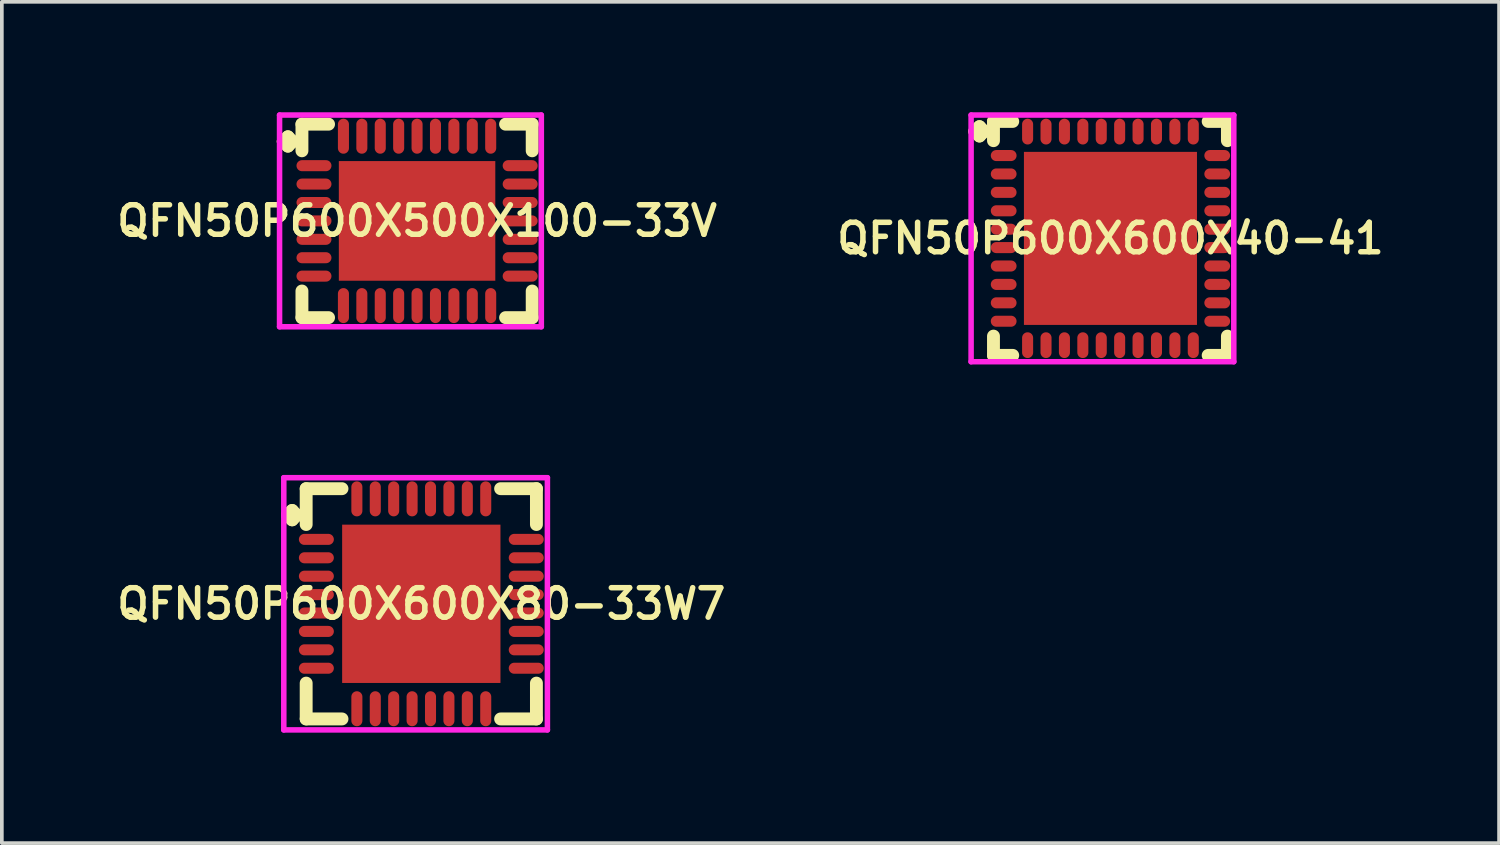
<source format=kicad_pcb>
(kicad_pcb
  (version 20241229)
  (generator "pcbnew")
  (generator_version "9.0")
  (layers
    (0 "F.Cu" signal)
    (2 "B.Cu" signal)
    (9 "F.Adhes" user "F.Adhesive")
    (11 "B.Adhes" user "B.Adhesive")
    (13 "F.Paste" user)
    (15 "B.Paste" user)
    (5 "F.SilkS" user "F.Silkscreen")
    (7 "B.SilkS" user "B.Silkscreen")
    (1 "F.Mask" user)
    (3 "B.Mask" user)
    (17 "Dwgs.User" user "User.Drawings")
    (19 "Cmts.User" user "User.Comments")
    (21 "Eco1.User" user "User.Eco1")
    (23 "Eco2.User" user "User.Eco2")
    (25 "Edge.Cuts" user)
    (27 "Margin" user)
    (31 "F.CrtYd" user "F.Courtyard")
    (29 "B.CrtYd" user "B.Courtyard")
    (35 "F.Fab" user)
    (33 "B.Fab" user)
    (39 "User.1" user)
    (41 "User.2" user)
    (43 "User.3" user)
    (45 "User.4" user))
  (footprint "QFN50P600X500X100-33V"
    (layer "F.Cu")
    (at 8.278 2.95)
    (property "Reference" "QFN50P600X500X100-33V" (at 0 0 0) (layer "F.SilkS") (effects (font (size 0.8 0.8) (thickness 0.15))))
    (attr smd)
    (fp_line (start -3.635 -2.158) (end -3.508 -2.285) (stroke (width 0.35) (type solid)) (layer "F.SilkS"))
    (fp_line (start -3.508 -2.285) (end -3.381 -2.158) (stroke (width 0.35) (type solid)) (layer "F.SilkS"))
    (fp_line (start -3.508 -2.031) (end -3.635 -2.158) (stroke (width 0.35) (type solid)) (layer "F.SilkS"))
    (fp_line (start -3.381 -2.158) (end -3.508 -2.031) (stroke (width 0.35) (type solid)) (layer "F.SilkS"))
    (fp_line (start -3.127 -2.627) (end -2.404 -2.627) (stroke (width 0.35) (type solid)) (layer "F.SilkS"))
    (fp_line (start -3.127 -1.904) (end -3.127 -2.627) (stroke (width 0.35) (type solid)) (layer "F.SilkS"))
    (fp_line (start -3.127 1.904) (end -3.127 2.627) (stroke (width 0.35) (type solid)) (layer "F.SilkS"))
    (fp_line (start -3.127 2.627) (end -2.404 2.627) (stroke (width 0.35) (type solid)) (layer "F.SilkS"))
    (fp_line (start 2.404 -2.627) (end 3.127 -2.627) (stroke (width 0.35) (type solid)) (layer "F.SilkS"))
    (fp_line (start 2.404 2.627) (end 3.127 2.627) (stroke (width 0.35) (type solid)) (layer "F.SilkS"))
    (fp_line (start 3.127 -2.627) (end 3.127 -1.904) (stroke (width 0.35) (type solid)) (layer "F.SilkS"))
    (fp_line (start 3.127 2.627) (end 3.127 1.904) (stroke (width 0.35) (type solid)) (layer "F.SilkS"))
    (fp_line (start -3.735 -2.875) (end 3.375 -2.875) (stroke (width 0.15) (type solid)) (layer "F.CrtYd"))
    (fp_line (start -3.735 2.875) (end -3.735 -2.875) (stroke (width 0.15) (type solid)) (layer "F.CrtYd"))
    (fp_line (start 3.375 -2.875) (end 3.375 2.875) (stroke (width 0.15) (type solid)) (layer "F.CrtYd"))
    (fp_line (start 3.375 2.875) (end -3.735 2.875) (stroke (width 0.15) (type solid)) (layer "F.CrtYd"))
    (pad "1" smd oval (at -2.8 -1.5) (size 0.95 0.3) (layers "F.Cu" "F.Mask" "F.Paste"))
    (pad "2" smd oval (at -2.8 -1) (size 0.95 0.3) (layers "F.Cu" "F.Mask" "F.Paste"))
    (pad "3" smd oval (at -2.8 -0.5) (size 0.95 0.3) (layers "F.Cu" "F.Mask" "F.Paste"))
    (pad "4" smd oval (at -2.8 0) (size 0.95 0.3) (layers "F.Cu" "F.Mask" "F.Paste"))
    (pad "5" smd oval (at -2.8 0.5) (size 0.95 0.3) (layers "F.Cu" "F.Mask" "F.Paste"))
    (pad "6" smd oval (at -2.8 1) (size 0.95 0.3) (layers "F.Cu" "F.Mask" "F.Paste"))
    (pad "7" smd oval (at -2.8 1.5) (size 0.95 0.3) (layers "F.Cu" "F.Mask" "F.Paste"))
    (pad "8" smd oval (at -2 2.3) (size 0.3 0.95) (layers "F.Cu" "F.Mask" "F.Paste"))
    (pad "9" smd oval (at -1.5 2.3) (size 0.3 0.95) (layers "F.Cu" "F.Mask" "F.Paste"))
    (pad "10" smd oval (at -1 2.3) (size 0.3 0.95) (layers "F.Cu" "F.Mask" "F.Paste"))
    (pad "11" smd oval (at -0.5 2.3) (size 0.3 0.95) (layers "F.Cu" "F.Mask" "F.Paste"))
    (pad "12" smd oval (at 0 2.3) (size 0.3 0.95) (layers "F.Cu" "F.Mask" "F.Paste"))
    (pad "13" smd oval (at 0.5 2.3) (size 0.3 0.95) (layers "F.Cu" "F.Mask" "F.Paste"))
    (pad "14" smd oval (at 1 2.3) (size 0.3 0.95) (layers "F.Cu" "F.Mask" "F.Paste"))
    (pad "15" smd oval (at 1.5 2.3) (size 0.3 0.95) (layers "F.Cu" "F.Mask" "F.Paste"))
    (pad "16" smd oval (at 2 2.3) (size 0.3 0.95) (layers "F.Cu" "F.Mask" "F.Paste"))
    (pad "17" smd oval (at 2.8 1.5) (size 0.95 0.3) (layers "F.Cu" "F.Mask" "F.Paste"))
    (pad "18" smd oval (at 2.8 1) (size 0.95 0.3) (layers "F.Cu" "F.Mask" "F.Paste"))
    (pad "19" smd oval (at 2.8 0.5) (size 0.95 0.3) (layers "F.Cu" "F.Mask" "F.Paste"))
    (pad "20" smd oval (at 2.8 0) (size 0.95 0.3) (layers "F.Cu" "F.Mask" "F.Paste"))
    (pad "21" smd oval (at 2.8 -0.5) (size 0.95 0.3) (layers "F.Cu" "F.Mask" "F.Paste"))
    (pad "22" smd oval (at 2.8 -1) (size 0.95 0.3) (layers "F.Cu" "F.Mask" "F.Paste"))
    (pad "23" smd oval (at 2.8 -1.5) (size 0.95 0.3) (layers "F.Cu" "F.Mask" "F.Paste"))
    (pad "24" smd oval (at 2 -2.3) (size 0.3 0.95) (layers "F.Cu" "F.Mask" "F.Paste"))
    (pad "25" smd oval (at 1.5 -2.3) (size 0.3 0.95) (layers "F.Cu" "F.Mask" "F.Paste"))
    (pad "26" smd oval (at 1 -2.3) (size 0.3 0.95) (layers "F.Cu" "F.Mask" "F.Paste"))
    (pad "27" smd oval (at 0.5 -2.3) (size 0.3 0.95) (layers "F.Cu" "F.Mask" "F.Paste"))
    (pad "28" smd oval (at 0 -2.3) (size 0.3 0.95) (layers "F.Cu" "F.Mask" "F.Paste"))
    (pad "29" smd oval (at -0.5 -2.3) (size 0.3 0.95) (layers "F.Cu" "F.Mask" "F.Paste"))
    (pad "30" smd oval (at -1 -2.3) (size 0.3 0.95) (layers "F.Cu" "F.Mask" "F.Paste"))
    (pad "31" smd oval (at -1.5 -2.3) (size 0.3 0.95) (layers "F.Cu" "F.Mask" "F.Paste"))
    (pad "32" smd oval (at -2 -2.3) (size 0.3 0.95) (layers "F.Cu" "F.Mask" "F.Paste"))
    (pad "33" smd rect (at 0 0) (size 4.25 3.25) (layers "F.Cu" "F.Mask" "F.Paste")))
  (footprint "QFN50P600X600X80-33W7"
    (layer "F.Cu")
    (at 8.393 13.35)
    (property "Reference" "QFN50P600X600X80-33W7" (at 0 0 0) (layer "F.SilkS") (effects (font (size 0.8 0.8) (thickness 0.15))))
    (attr smd)
    (fp_line (start -3.635 -2.408) (end -3.508 -2.535) (stroke (width 0.35) (type solid)) (layer "F.SilkS"))
    (fp_line (start -3.508 -2.535) (end -3.381 -2.408) (stroke (width 0.35) (type solid)) (layer "F.SilkS"))
    (fp_line (start -3.508 -2.281) (end -3.635 -2.408) (stroke (width 0.35) (type solid)) (layer "F.SilkS"))
    (fp_line (start -3.381 -2.408) (end -3.508 -2.281) (stroke (width 0.35) (type solid)) (layer "F.SilkS"))
    (fp_line (start -3.127 -3.127) (end -2.154 -3.127) (stroke (width 0.35) (type solid)) (layer "F.SilkS"))
    (fp_line (start -3.127 -2.154) (end -3.127 -3.127) (stroke (width 0.35) (type solid)) (layer "F.SilkS"))
    (fp_line (start -3.127 2.154) (end -3.127 3.127) (stroke (width 0.35) (type solid)) (layer "F.SilkS"))
    (fp_line (start -3.127 3.127) (end -2.154 3.127) (stroke (width 0.35) (type solid)) (layer "F.SilkS"))
    (fp_line (start 2.154 -3.127) (end 3.127 -3.127) (stroke (width 0.35) (type solid)) (layer "F.SilkS"))
    (fp_line (start 2.154 3.127) (end 3.127 3.127) (stroke (width 0.35) (type solid)) (layer "F.SilkS"))
    (fp_line (start 3.127 -3.127) (end 3.127 -2.154) (stroke (width 0.35) (type solid)) (layer "F.SilkS"))
    (fp_line (start 3.127 3.127) (end 3.127 2.154) (stroke (width 0.35) (type solid)) (layer "F.SilkS"))
    (fp_line (start -3.735 -3.425) (end 3.425 -3.425) (stroke (width 0.15) (type solid)) (layer "F.CrtYd"))
    (fp_line (start -3.735 3.425) (end -3.735 -3.425) (stroke (width 0.15) (type solid)) (layer "F.CrtYd"))
    (fp_line (start 3.425 -3.425) (end 3.425 3.425) (stroke (width 0.15) (type solid)) (layer "F.CrtYd"))
    (fp_line (start 3.425 3.425) (end -3.735 3.425) (stroke (width 0.15) (type solid)) (layer "F.CrtYd"))
    (pad "1" smd oval (at -2.85 -1.75) (size 0.95 0.3) (layers "F.Cu" "F.Mask" "F.Paste"))
    (pad "2" smd oval (at -2.85 -1.25) (size 0.95 0.3) (layers "F.Cu" "F.Mask" "F.Paste"))
    (pad "3" smd oval (at -2.85 -0.75) (size 0.95 0.3) (layers "F.Cu" "F.Mask" "F.Paste"))
    (pad "4" smd oval (at -2.85 -0.25) (size 0.95 0.3) (layers "F.Cu" "F.Mask" "F.Paste"))
    (pad "5" smd oval (at -2.85 0.25) (size 0.95 0.3) (layers "F.Cu" "F.Mask" "F.Paste"))
    (pad "6" smd oval (at -2.85 0.75) (size 0.95 0.3) (layers "F.Cu" "F.Mask" "F.Paste"))
    (pad "7" smd oval (at -2.85 1.25) (size 0.95 0.3) (layers "F.Cu" "F.Mask" "F.Paste"))
    (pad "8" smd oval (at -2.85 1.75) (size 0.95 0.3) (layers "F.Cu" "F.Mask" "F.Paste"))
    (pad "9" smd oval (at -1.75 2.85) (size 0.3 0.95) (layers "F.Cu" "F.Mask" "F.Paste"))
    (pad "10" smd oval (at -1.25 2.85) (size 0.3 0.95) (layers "F.Cu" "F.Mask" "F.Paste"))
    (pad "11" smd oval (at -0.75 2.85) (size 0.3 0.95) (layers "F.Cu" "F.Mask" "F.Paste"))
    (pad "12" smd oval (at -0.25 2.85) (size 0.3 0.95) (layers "F.Cu" "F.Mask" "F.Paste"))
    (pad "13" smd oval (at 0.25 2.85) (size 0.3 0.95) (layers "F.Cu" "F.Mask" "F.Paste"))
    (pad "14" smd oval (at 0.75 2.85) (size 0.3 0.95) (layers "F.Cu" "F.Mask" "F.Paste"))
    (pad "15" smd oval (at 1.25 2.85) (size 0.3 0.95) (layers "F.Cu" "F.Mask" "F.Paste"))
    (pad "16" smd oval (at 1.75 2.85) (size 0.3 0.95) (layers "F.Cu" "F.Mask" "F.Paste"))
    (pad "17" smd oval (at 2.85 1.75) (size 0.95 0.3) (layers "F.Cu" "F.Mask" "F.Paste"))
    (pad "18" smd oval (at 2.85 1.25) (size 0.95 0.3) (layers "F.Cu" "F.Mask" "F.Paste"))
    (pad "19" smd oval (at 2.85 0.75) (size 0.95 0.3) (layers "F.Cu" "F.Mask" "F.Paste"))
    (pad "20" smd oval (at 2.85 0.25) (size 0.95 0.3) (layers "F.Cu" "F.Mask" "F.Paste"))
    (pad "21" smd oval (at 2.85 -0.25) (size 0.95 0.3) (layers "F.Cu" "F.Mask" "F.Paste"))
    (pad "22" smd oval (at 2.85 -0.75) (size 0.95 0.3) (layers "F.Cu" "F.Mask" "F.Paste"))
    (pad "23" smd oval (at 2.85 -1.25) (size 0.95 0.3) (layers "F.Cu" "F.Mask" "F.Paste"))
    (pad "24" smd oval (at 2.85 -1.75) (size 0.95 0.3) (layers "F.Cu" "F.Mask" "F.Paste"))
    (pad "25" smd oval (at 1.75 -2.85) (size 0.3 0.95) (layers "F.Cu" "F.Mask" "F.Paste"))
    (pad "26" smd oval (at 1.25 -2.85) (size 0.3 0.95) (layers "F.Cu" "F.Mask" "F.Paste"))
    (pad "27" smd oval (at 0.75 -2.85) (size 0.3 0.95) (layers "F.Cu" "F.Mask" "F.Paste"))
    (pad "28" smd oval (at 0.25 -2.85) (size 0.3 0.95) (layers "F.Cu" "F.Mask" "F.Paste"))
    (pad "29" smd oval (at -0.25 -2.85) (size 0.3 0.95) (layers "F.Cu" "F.Mask" "F.Paste"))
    (pad "30" smd oval (at -0.75 -2.85) (size 0.3 0.95) (layers "F.Cu" "F.Mask" "F.Paste"))
    (pad "31" smd oval (at -1.25 -2.85) (size 0.3 0.95) (layers "F.Cu" "F.Mask" "F.Paste"))
    (pad "32" smd oval (at -1.75 -2.85) (size 0.3 0.95) (layers "F.Cu" "F.Mask" "F.Paste"))
    (pad "33" smd rect (at 0 0) (size 4.3 4.3) (layers "F.Cu" "F.Mask" "F.Paste")))
  (footprint "QFN50P600X600X40-41"
    (layer "F.Cu")
    (at 27.111 3.425)
    (property "Reference" "QFN50P600X600X40-41" (at 0 0 0) (layer "F.SilkS") (effects (font (size 0.8 0.8) (thickness 0.15))))
    (attr smd)
    (fp_line (start -3.685 -2.908) (end -3.558 -3.035) (stroke (width 0.35) (type solid)) (layer "F.SilkS"))
    (fp_line (start -3.558 -3.035) (end -3.431 -2.908) (stroke (width 0.35) (type solid)) (layer "F.SilkS"))
    (fp_line (start -3.558 -2.781) (end -3.685 -2.908) (stroke (width 0.35) (type solid)) (layer "F.SilkS"))
    (fp_line (start -3.431 -2.908) (end -3.558 -2.781) (stroke (width 0.35) (type solid)) (layer "F.SilkS"))
    (fp_line (start -3.177 -3.177) (end -2.654 -3.177) (stroke (width 0.35) (type solid)) (layer "F.SilkS"))
    (fp_line (start -3.177 -2.654) (end -3.177 -3.177) (stroke (width 0.35) (type solid)) (layer "F.SilkS"))
    (fp_line (start -3.177 2.654) (end -3.177 3.177) (stroke (width 0.35) (type solid)) (layer "F.SilkS"))
    (fp_line (start -3.177 3.177) (end -2.654 3.177) (stroke (width 0.35) (type solid)) (layer "F.SilkS"))
    (fp_line (start 2.654 -3.177) (end 3.177 -3.177) (stroke (width 0.35) (type solid)) (layer "F.SilkS"))
    (fp_line (start 2.654 3.177) (end 3.177 3.177) (stroke (width 0.35) (type solid)) (layer "F.SilkS"))
    (fp_line (start 3.177 -3.177) (end 3.177 -2.654) (stroke (width 0.35) (type solid)) (layer "F.SilkS"))
    (fp_line (start 3.177 3.177) (end 3.177 2.654) (stroke (width 0.35) (type solid)) (layer "F.SilkS"))
    (fp_line (start -3.785 -3.35) (end 3.35 -3.35) (stroke (width 0.15) (type solid)) (layer "F.CrtYd"))
    (fp_line (start -3.785 3.35) (end -3.785 -3.35) (stroke (width 0.15) (type solid)) (layer "F.CrtYd"))
    (fp_line (start 3.35 -3.35) (end 3.35 3.35) (stroke (width 0.15) (type solid)) (layer "F.CrtYd"))
    (fp_line (start 3.35 3.35) (end -3.785 3.35) (stroke (width 0.15) (type solid)) (layer "F.CrtYd"))
    (pad "1" smd oval (at -2.9 -2.25) (size 0.7 0.3) (layers "F.Cu" "F.Mask" "F.Paste"))
    (pad "2" smd oval (at -2.9 -1.75) (size 0.7 0.3) (layers "F.Cu" "F.Mask" "F.Paste"))
    (pad "3" smd oval (at -2.9 -1.25) (size 0.7 0.3) (layers "F.Cu" "F.Mask" "F.Paste"))
    (pad "4" smd oval (at -2.9 -0.75) (size 0.7 0.3) (layers "F.Cu" "F.Mask" "F.Paste"))
    (pad "5" smd oval (at -2.9 -0.25) (size 0.7 0.3) (layers "F.Cu" "F.Mask" "F.Paste"))
    (pad "6" smd oval (at -2.9 0.25) (size 0.7 0.3) (layers "F.Cu" "F.Mask" "F.Paste"))
    (pad "7" smd oval (at -2.9 0.75) (size 0.7 0.3) (layers "F.Cu" "F.Mask" "F.Paste"))
    (pad "8" smd oval (at -2.9 1.25) (size 0.7 0.3) (layers "F.Cu" "F.Mask" "F.Paste"))
    (pad "9" smd oval (at -2.9 1.75) (size 0.7 0.3) (layers "F.Cu" "F.Mask" "F.Paste"))
    (pad "10" smd oval (at -2.9 2.25) (size 0.7 0.3) (layers "F.Cu" "F.Mask" "F.Paste"))
    (pad "11" smd oval (at -2.25 2.9) (size 0.3 0.7) (layers "F.Cu" "F.Mask" "F.Paste"))
    (pad "12" smd oval (at -1.75 2.9) (size 0.3 0.7) (layers "F.Cu" "F.Mask" "F.Paste"))
    (pad "13" smd oval (at -1.25 2.9) (size 0.3 0.7) (layers "F.Cu" "F.Mask" "F.Paste"))
    (pad "14" smd oval (at -0.75 2.9) (size 0.3 0.7) (layers "F.Cu" "F.Mask" "F.Paste"))
    (pad "15" smd oval (at -0.25 2.9) (size 0.3 0.7) (layers "F.Cu" "F.Mask" "F.Paste"))
    (pad "16" smd oval (at 0.25 2.9) (size 0.3 0.7) (layers "F.Cu" "F.Mask" "F.Paste"))
    (pad "17" smd oval (at 0.75 2.9) (size 0.3 0.7) (layers "F.Cu" "F.Mask" "F.Paste"))
    (pad "18" smd oval (at 1.25 2.9) (size 0.3 0.7) (layers "F.Cu" "F.Mask" "F.Paste"))
    (pad "19" smd oval (at 1.75 2.9) (size 0.3 0.7) (layers "F.Cu" "F.Mask" "F.Paste"))
    (pad "20" smd oval (at 2.25 2.9) (size 0.3 0.7) (layers "F.Cu" "F.Mask" "F.Paste"))
    (pad "21" smd oval (at 2.9 2.25) (size 0.7 0.3) (layers "F.Cu" "F.Mask" "F.Paste"))
    (pad "22" smd oval (at 2.9 1.75) (size 0.7 0.3) (layers "F.Cu" "F.Mask" "F.Paste"))
    (pad "23" smd oval (at 2.9 1.25) (size 0.7 0.3) (layers "F.Cu" "F.Mask" "F.Paste"))
    (pad "24" smd oval (at 2.9 0.75) (size 0.7 0.3) (layers "F.Cu" "F.Mask" "F.Paste"))
    (pad "25" smd oval (at 2.9 0.25) (size 0.7 0.3) (layers "F.Cu" "F.Mask" "F.Paste"))
    (pad "26" smd oval (at 2.9 -0.25) (size 0.7 0.3) (layers "F.Cu" "F.Mask" "F.Paste"))
    (pad "27" smd oval (at 2.9 -0.75) (size 0.7 0.3) (layers "F.Cu" "F.Mask" "F.Paste"))
    (pad "28" smd oval (at 2.9 -1.25) (size 0.7 0.3) (layers "F.Cu" "F.Mask" "F.Paste"))
    (pad "29" smd oval (at 2.9 -1.75) (size 0.7 0.3) (layers "F.Cu" "F.Mask" "F.Paste"))
    (pad "30" smd oval (at 2.9 -2.25) (size 0.7 0.3) (layers "F.Cu" "F.Mask" "F.Paste"))
    (pad "31" smd oval (at 2.25 -2.9) (size 0.3 0.7) (layers "F.Cu" "F.Mask" "F.Paste"))
    (pad "32" smd oval (at 1.75 -2.9) (size 0.3 0.7) (layers "F.Cu" "F.Mask" "F.Paste"))
    (pad "33" smd oval (at 1.25 -2.9) (size 0.3 0.7) (layers "F.Cu" "F.Mask" "F.Paste"))
    (pad "34" smd oval (at 0.75 -2.9) (size 0.3 0.7) (layers "F.Cu" "F.Mask" "F.Paste"))
    (pad "35" smd oval (at 0.25 -2.9) (size 0.3 0.7) (layers "F.Cu" "F.Mask" "F.Paste"))
    (pad "36" smd oval (at -0.25 -2.9) (size 0.3 0.7) (layers "F.Cu" "F.Mask" "F.Paste"))
    (pad "37" smd oval (at -0.75 -2.9) (size 0.3 0.7) (layers "F.Cu" "F.Mask" "F.Paste"))
    (pad "38" smd oval (at -1.25 -2.9) (size 0.3 0.7) (layers "F.Cu" "F.Mask" "F.Paste"))
    (pad "39" smd oval (at -1.75 -2.9) (size 0.3 0.7) (layers "F.Cu" "F.Mask" "F.Paste"))
    (pad "40" smd oval (at -2.25 -2.9) (size 0.3 0.7) (layers "F.Cu" "F.Mask" "F.Paste"))
    (pad "41" smd rect (at 0 0) (size 4.7 4.7) (layers "F.Cu" "F.Mask" "F.Paste")))
  (gr_rect
    (start -3 -3)
    (end 37.666 19.85)
    (stroke (width 0.1) (type default))
    (fill no)
    (layer "Edge.Cuts")))
</source>
